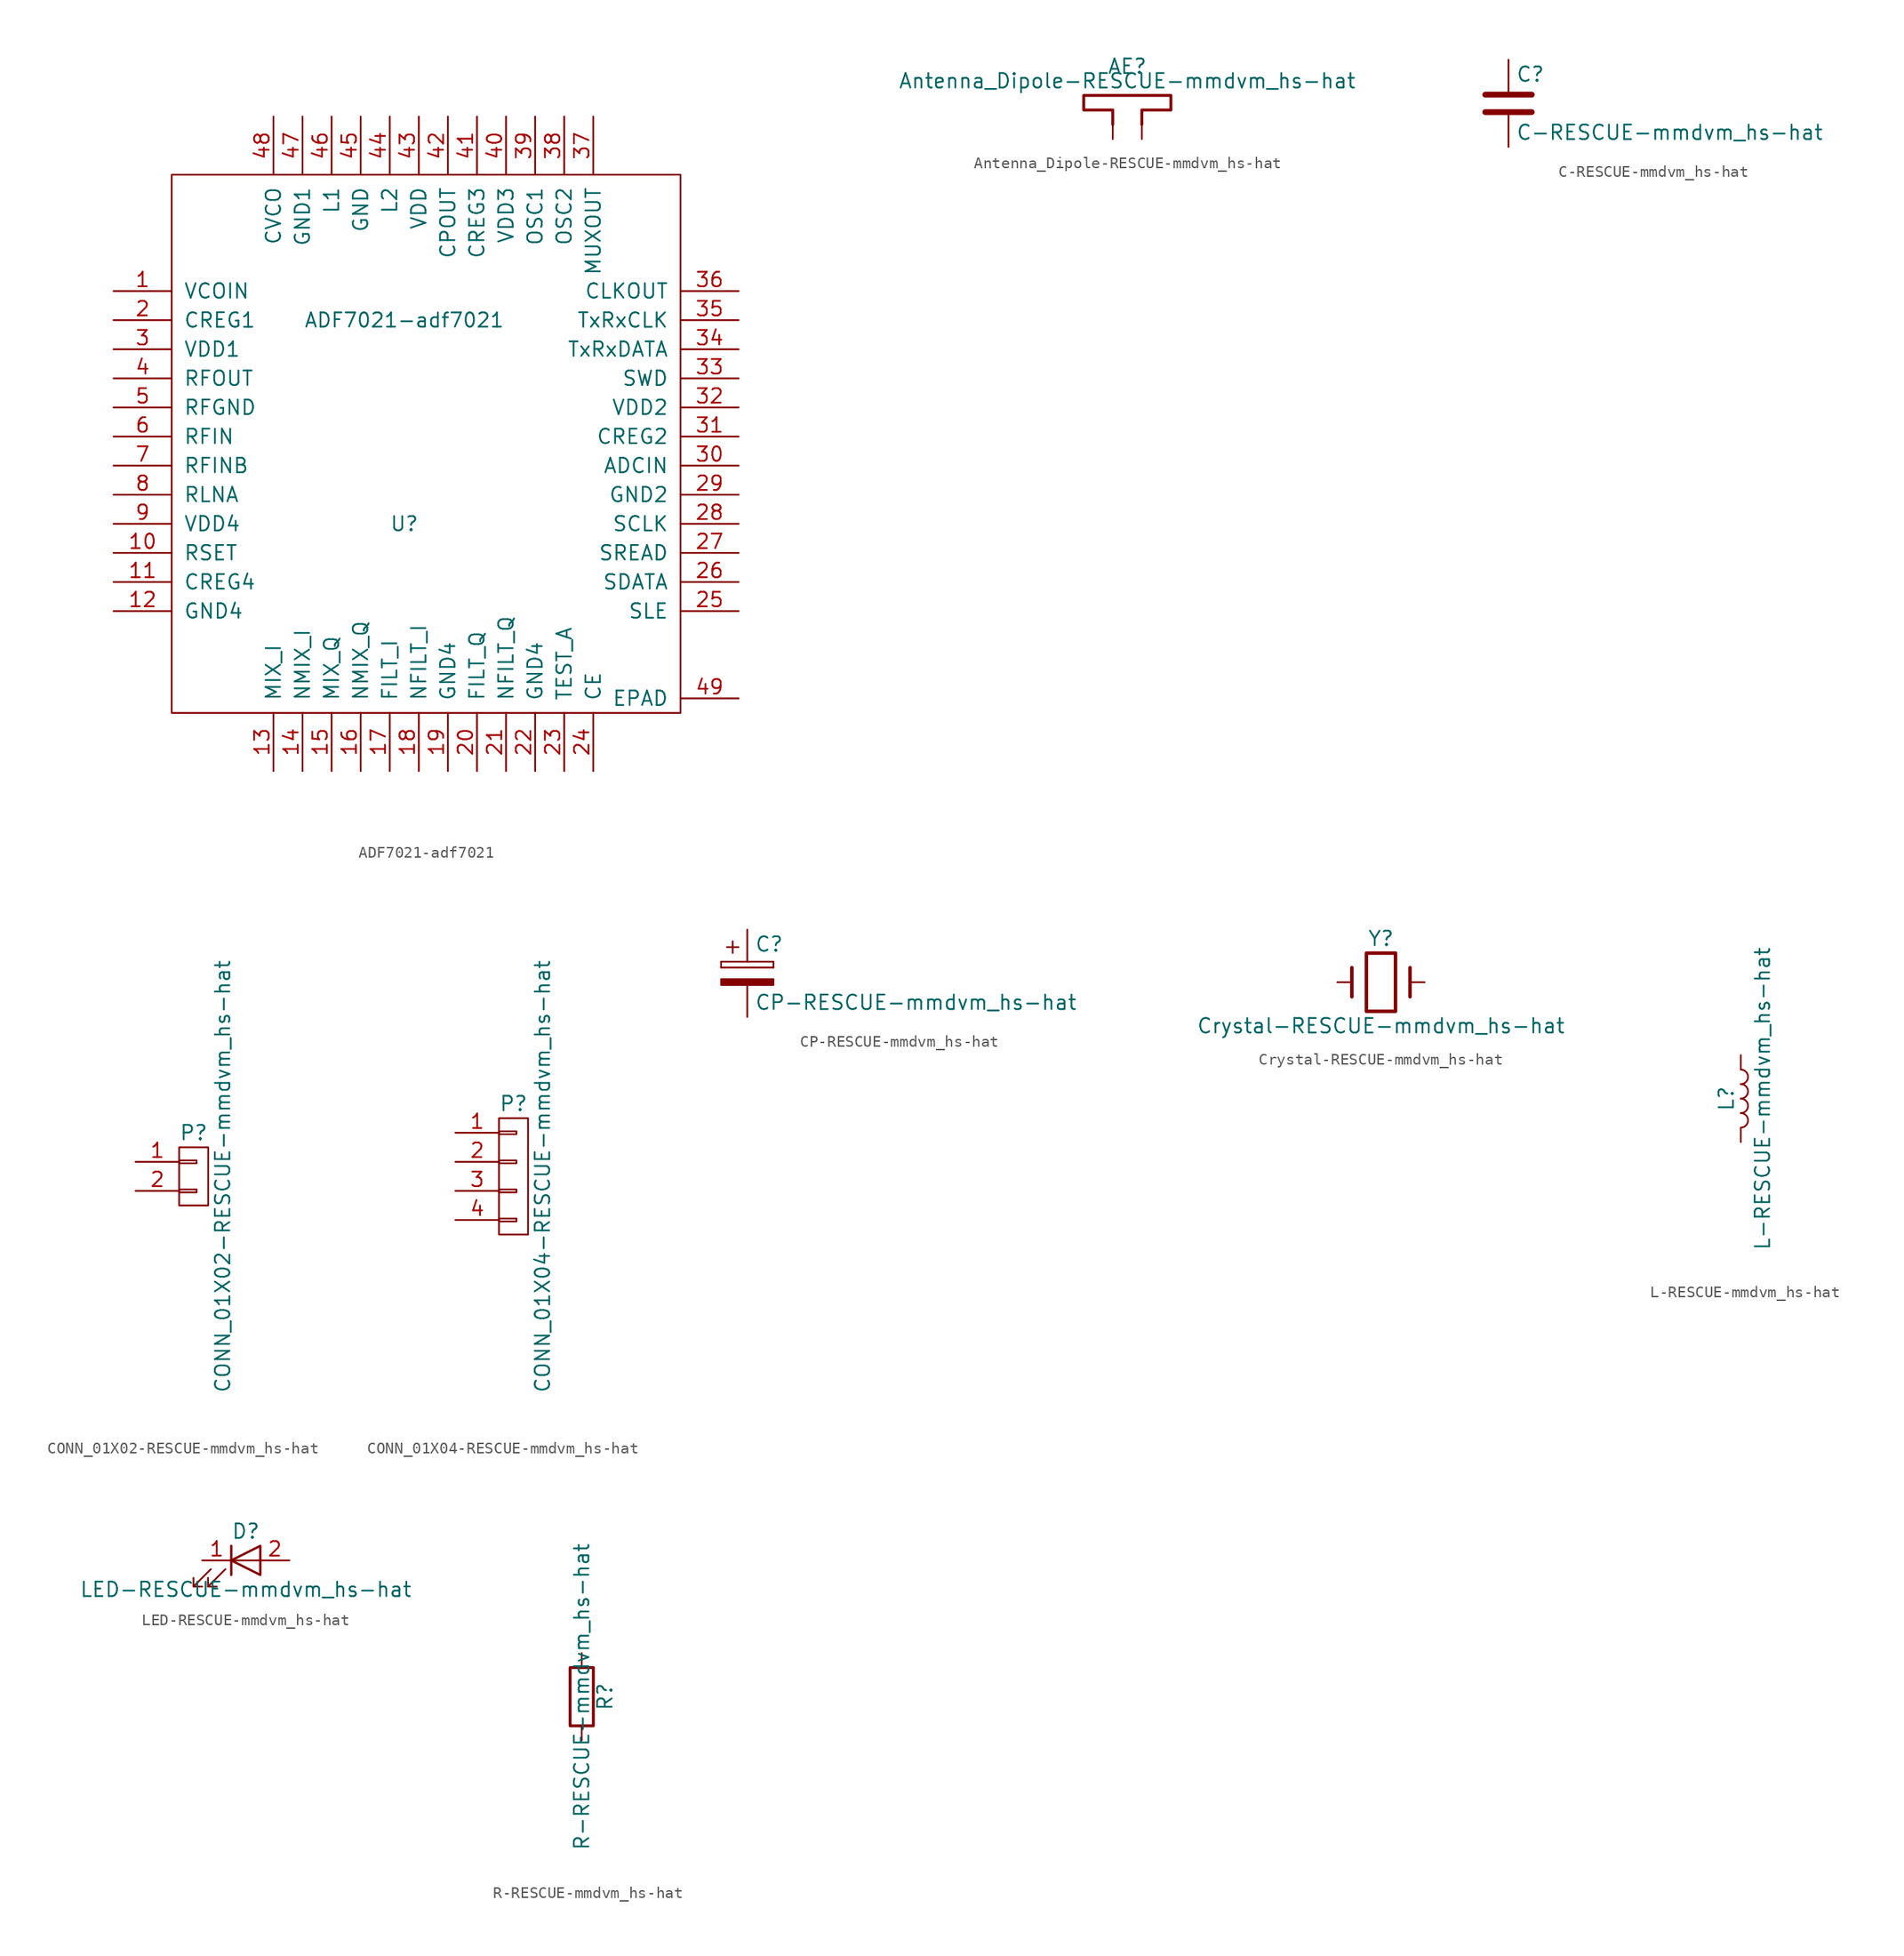
<source format=kicad_sym>
(kicad_symbol_lib
  (version 20220914)
  (generator kicad_symbol_editor)
  (symbol "ADF7021-adf7021"
    (pin_names
      (offset 1.016))
    (property "Reference" "U"
      (at 0 -6.35 0)
      (effects (font (size 1.245 1.245))))
    (property "Value" "ADF7021-adf7021"
      (at 0 11.43 0)
      (effects (font (size 1.245 1.245))))
    (symbol "ADF7021-adf7021_0_1"
      (rectangle (start -20.32 24.13) (end 24.13 -22.86) (stroke (width 0) (type solid)) (fill (type none))))
    (symbol "ADF7021-adf7021_1_1"
      (pin input line (at -25.4 13.97 0) (length 5.08) (name "VCOIN" (effects (font (size 1.27 1.27)))) (number "1" (effects (font (size 1.27 1.27)))))
      (pin input line (at -25.4 -8.89 0) (length 5.08) (name "RSET" (effects (font (size 1.27 1.27)))) (number "10" (effects (font (size 1.27 1.27)))))
      (pin input line (at -25.4 -11.43 0) (length 5.08) (name "CREG4" (effects (font (size 1.27 1.27)))) (number "11" (effects (font (size 1.27 1.27)))))
      (pin input line (at -25.4 -13.97 0) (length 5.08) (name "GND4" (effects (font (size 1.27 1.27)))) (number "12" (effects (font (size 1.27 1.27)))))
      (pin input line (at -11.43 -27.94 90) (length 5.08) (name "MIX_I" (effects (font (size 1.27 1.27)))) (number "13" (effects (font (size 1.27 1.27)))))
      (pin input line (at -8.89 -27.94 90) (length 5.08) (name "NMIX_I" (effects (font (size 1.27 1.27)))) (number "14" (effects (font (size 1.27 1.27)))))
      (pin input line (at -6.35 -27.94 90) (length 5.08) (name "MIX_Q" (effects (font (size 1.27 1.27)))) (number "15" (effects (font (size 1.27 1.27)))))
      (pin input line (at -3.81 -27.94 90) (length 5.08) (name "NMIX_Q" (effects (font (size 1.27 1.27)))) (number "16" (effects (font (size 1.27 1.27)))))
      (pin input line (at -1.27 -27.94 90) (length 5.08) (name "FILT_I" (effects (font (size 1.27 1.27)))) (number "17" (effects (font (size 1.27 1.27)))))
      (pin input line (at 1.27 -27.94 90) (length 5.08) (name "NFILT_I" (effects (font (size 1.27 1.27)))) (number "18" (effects (font (size 1.27 1.27)))))
      (pin input line (at 3.81 -27.94 90) (length 5.08) (name "GND4" (effects (font (size 1.27 1.27)))) (number "19" (effects (font (size 1.27 1.27)))))
      (pin input line (at -25.4 11.43 0) (length 5.08) (name "CREG1" (effects (font (size 1.27 1.27)))) (number "2" (effects (font (size 1.27 1.27)))))
      (pin input line (at 6.35 -27.94 90) (length 5.08) (name "FILT_Q" (effects (font (size 1.27 1.27)))) (number "20" (effects (font (size 1.27 1.27)))))
      (pin input line (at 8.89 -27.94 90) (length 5.08) (name "NFILT_Q" (effects (font (size 1.27 1.27)))) (number "21" (effects (font (size 1.27 1.27)))))
      (pin input line (at 11.43 -27.94 90) (length 5.08) (name "GND4" (effects (font (size 1.27 1.27)))) (number "22" (effects (font (size 1.27 1.27)))))
      (pin input line (at 13.97 -27.94 90) (length 5.08) (name "TEST_A" (effects (font (size 1.27 1.27)))) (number "23" (effects (font (size 1.27 1.27)))))
      (pin input line (at 16.51 -27.94 90) (length 5.08) (name "CE" (effects (font (size 1.27 1.27)))) (number "24" (effects (font (size 1.27 1.27)))))
      (pin input line (at 29.21 -13.97 180) (length 5.08) (name "SLE" (effects (font (size 1.27 1.27)))) (number "25" (effects (font (size 1.27 1.27)))))
      (pin input line (at 29.21 -11.43 180) (length 5.08) (name "SDATA" (effects (font (size 1.27 1.27)))) (number "26" (effects (font (size 1.27 1.27)))))
      (pin input line (at 29.21 -8.89 180) (length 5.08) (name "SREAD" (effects (font (size 1.27 1.27)))) (number "27" (effects (font (size 1.27 1.27)))))
      (pin input line (at 29.21 -6.35 180) (length 5.08) (name "SCLK" (effects (font (size 1.27 1.27)))) (number "28" (effects (font (size 1.27 1.27)))))
      (pin input line (at 29.21 -3.81 180) (length 5.08) (name "GND2" (effects (font (size 1.27 1.27)))) (number "29" (effects (font (size 1.27 1.27)))))
      (pin input line (at -25.4 8.89 0) (length 5.08) (name "VDD1" (effects (font (size 1.27 1.27)))) (number "3" (effects (font (size 1.27 1.27)))))
      (pin input line (at 29.21 -1.27 180) (length 5.08) (name "ADCIN" (effects (font (size 1.27 1.27)))) (number "30" (effects (font (size 1.27 1.27)))))
      (pin input line (at 29.21 1.27 180) (length 5.08) (name "CREG2" (effects (font (size 1.27 1.27)))) (number "31" (effects (font (size 1.27 1.27)))))
      (pin input line (at 29.21 3.81 180) (length 5.08) (name "VDD2" (effects (font (size 1.27 1.27)))) (number "32" (effects (font (size 1.27 1.27)))))
      (pin input line (at 29.21 6.35 180) (length 5.08) (name "SWD" (effects (font (size 1.27 1.27)))) (number "33" (effects (font (size 1.27 1.27)))))
      (pin input line (at 29.21 8.89 180) (length 5.08) (name "TxRxDATA" (effects (font (size 1.27 1.27)))) (number "34" (effects (font (size 1.27 1.27)))))
      (pin input line (at 29.21 11.43 180) (length 5.08) (name "TxRxCLK" (effects (font (size 1.27 1.27)))) (number "35" (effects (font (size 1.27 1.27)))))
      (pin input line (at 29.21 13.97 180) (length 5.08) (name "CLKOUT" (effects (font (size 1.27 1.27)))) (number "36" (effects (font (size 1.27 1.27)))))
      (pin input line (at 16.51 29.21 270) (length 5.08) (name "MUXOUT" (effects (font (size 1.27 1.27)))) (number "37" (effects (font (size 1.27 1.27)))))
      (pin input line (at 13.97 29.21 270) (length 5.08) (name "OSC2" (effects (font (size 1.27 1.27)))) (number "38" (effects (font (size 1.27 1.27)))))
      (pin input line (at 11.43 29.21 270) (length 5.08) (name "OSC1" (effects (font (size 1.27 1.27)))) (number "39" (effects (font (size 1.27 1.27)))))
      (pin input line (at -25.4 6.35 0) (length 5.08) (name "RFOUT" (effects (font (size 1.27 1.27)))) (number "4" (effects (font (size 1.27 1.27)))))
      (pin input line (at 8.89 29.21 270) (length 5.08) (name "VDD3" (effects (font (size 1.27 1.27)))) (number "40" (effects (font (size 1.27 1.27)))))
      (pin input line (at 6.35 29.21 270) (length 5.08) (name "CREG3" (effects (font (size 1.27 1.27)))) (number "41" (effects (font (size 1.27 1.27)))))
      (pin input line (at 3.81 29.21 270) (length 5.08) (name "CPOUT" (effects (font (size 1.27 1.27)))) (number "42" (effects (font (size 1.27 1.27)))))
      (pin input line (at 1.27 29.21 270) (length 5.08) (name "VDD" (effects (font (size 1.27 1.27)))) (number "43" (effects (font (size 1.27 1.27)))))
      (pin input line (at -1.27 29.21 270) (length 5.08) (name "L2" (effects (font (size 1.27 1.27)))) (number "44" (effects (font (size 1.27 1.27)))))
      (pin input line (at -3.81 29.21 270) (length 5.08) (name "GND" (effects (font (size 1.27 1.27)))) (number "45" (effects (font (size 1.27 1.27)))))
      (pin input line (at -6.35 29.21 270) (length 5.08) (name "L1" (effects (font (size 1.27 1.27)))) (number "46" (effects (font (size 1.27 1.27)))))
      (pin input line (at -8.89 29.21 270) (length 5.08) (name "GND1" (effects (font (size 1.27 1.27)))) (number "47" (effects (font (size 1.27 1.27)))))
      (pin input line (at -11.43 29.21 270) (length 5.08) (name "CVCO" (effects (font (size 1.27 1.27)))) (number "48" (effects (font (size 1.27 1.27)))))
      (pin input line (at 29.21 -21.59 180) (length 5.08) (name "EPAD" (effects (font (size 1.27 1.27)))) (number "49" (effects (font (size 1.27 1.27)))))
      (pin input line (at -25.4 3.81 0) (length 5.08) (name "RFGND" (effects (font (size 1.27 1.27)))) (number "5" (effects (font (size 1.27 1.27)))))
      (pin input line (at -25.4 1.27 0) (length 5.08) (name "RFIN" (effects (font (size 1.27 1.27)))) (number "6" (effects (font (size 1.27 1.27)))))
      (pin input line (at -25.4 -1.27 0) (length 5.08) (name "RFINB" (effects (font (size 1.27 1.27)))) (number "7" (effects (font (size 1.27 1.27)))))
      (pin input line (at -25.4 -3.81 0) (length 5.08) (name "RLNA" (effects (font (size 1.27 1.27)))) (number "8" (effects (font (size 1.27 1.27)))))
      (pin input line (at -25.4 -6.35 0) (length 5.08) (name "VDD4" (effects (font (size 1.27 1.27)))) (number "9" (effects (font (size 1.27 1.27)))))))
  (symbol "Antenna_Dipole-RESCUE-mmdvm_hs-hat"
    (pin_numbers hide)
    (pin_names
      (offset 1.016) hide)
    (property "Reference" "AE"
      (at 1.27 1.27 0)
      (effects (font (size 1.27 1.27))))
    (property "Value" "Antenna_Dipole-RESCUE-mmdvm_hs-hat"
      (at 1.27 0 0)
      (effects (font (size 1.27 1.27))))
    (symbol "Antenna_Dipole-RESCUE-mmdvm_hs-hat_0_1"
      (polyline (pts (xy 2.54 -3.81) (xy 2.54 -2.54) (xy 5.08 -2.54) (xy 5.08 -1.27) (xy -2.54 -1.27) (xy -2.54 -2.54) (xy 0 -2.54) (xy 0 -3.81)) (stroke (width 0.254) (type solid)) (fill (type none))))
    (symbol "Antenna_Dipole-RESCUE-mmdvm_hs-hat_1_1"
      (pin input line (at 0 -5.08 90) (length 2.54) (name "~" (effects (font (size 1.27 1.27)))) (number "1" (effects (font (size 1.27 1.27)))))
      (pin input line (at 2.54 -5.08 90) (length 2.54) (name "~" (effects (font (size 1.27 1.27)))) (number "2" (effects (font (size 1.27 1.27)))))))
  (symbol "C-RESCUE-mmdvm_hs-hat"
    (pin_numbers hide)
    (pin_names
      (offset 0.254))
    (property "Reference" "C"
      (at 0.635 2.54 0)
      (effects (font (size 1.27 1.27)) (justify left)))
    (property "Value" "C-RESCUE-mmdvm_hs-hat"
      (at 0.635 -2.54 0)
      (effects (font (size 1.27 1.27)) (justify left)))
    (property "Footprint" ""
      (at 0.965 -3.81 0)
      (effects (font (size 1.27 1.27))))
    (property "Datasheet" ""
      (at 0 0 0)
      (effects (font (size 1.27 1.27))))
    (symbol "C-RESCUE-mmdvm_hs-hat_0_1"
      (polyline (pts (xy -2.032 -0.762) (xy 2.032 -0.762)) (stroke (width 0.508) (type solid)) (fill (type none)))
      (polyline (pts (xy -2.032 0.762) (xy 2.032 0.762)) (stroke (width 0.508) (type solid)) (fill (type none))))
    (symbol "C-RESCUE-mmdvm_hs-hat_1_1"
      (pin passive line (at 0 3.81 270) (length 2.794) (name "~" (effects (font (size 1.016 1.016)))) (number "1" (effects (font (size 1.016 1.016)))))
      (pin passive line (at 0 -3.81 90) (length 2.794) (name "~" (effects (font (size 1.016 1.016)))) (number "2" (effects (font (size 1.016 1.016)))))))
  (symbol "CONN_01X02-RESCUE-mmdvm_hs-hat"
    (pin_names
      (offset 1.016) hide)
    (property "Reference" "P"
      (at 0 3.81 0)
      (effects (font (size 1.27 1.27))))
    (property "Value" "CONN_01X02-RESCUE-mmdvm_hs-hat"
      (at 2.54 0 90)
      (effects (font (size 1.27 1.27))))
    (property "Footprint" ""
      (at 0 0 0)
      (effects (font (size 1.27 1.27))))
    (property "Datasheet" ""
      (at 0 0 0)
      (effects (font (size 1.27 1.27))))
    (symbol "CONN_01X02-RESCUE-mmdvm_hs-hat_0_1"
      (rectangle (start -1.27 -1.143) (end 0.254 -1.397) (stroke (width 0) (type solid)) (fill (type none)))
      (rectangle (start -1.27 1.397) (end 0.254 1.143) (stroke (width 0) (type solid)) (fill (type none)))
      (rectangle (start -1.27 2.54) (end 1.27 -2.54) (stroke (width 0) (type solid)) (fill (type none))))
    (symbol "CONN_01X02-RESCUE-mmdvm_hs-hat_1_1"
      (pin passive line (at -5.08 1.27 0) (length 3.81) (name "P1" (effects (font (size 1.27 1.27)))) (number "1" (effects (font (size 1.27 1.27)))))
      (pin passive line (at -5.08 -1.27 0) (length 3.81) (name "P2" (effects (font (size 1.27 1.27)))) (number "2" (effects (font (size 1.27 1.27)))))))
  (symbol "CONN_01X04-RESCUE-mmdvm_hs-hat"
    (pin_names
      (offset 1.016) hide)
    (property "Reference" "P"
      (at 0 6.35 0)
      (effects (font (size 1.27 1.27))))
    (property "Value" "CONN_01X04-RESCUE-mmdvm_hs-hat"
      (at 2.54 0 90)
      (effects (font (size 1.27 1.27))))
    (property "Footprint" ""
      (at 0 0 0)
      (effects (font (size 1.27 1.27))))
    (property "Datasheet" ""
      (at 0 0 0)
      (effects (font (size 1.27 1.27))))
    (symbol "CONN_01X04-RESCUE-mmdvm_hs-hat_0_1"
      (rectangle (start -1.27 -3.683) (end 0.254 -3.937) (stroke (width 0) (type solid)) (fill (type none)))
      (rectangle (start -1.27 -1.143) (end 0.254 -1.397) (stroke (width 0) (type solid)) (fill (type none)))
      (rectangle (start -1.27 1.397) (end 0.254 1.143) (stroke (width 0) (type solid)) (fill (type none)))
      (rectangle (start -1.27 3.937) (end 0.254 3.683) (stroke (width 0) (type solid)) (fill (type none)))
      (rectangle (start -1.27 5.08) (end 1.27 -5.08) (stroke (width 0) (type solid)) (fill (type none))))
    (symbol "CONN_01X04-RESCUE-mmdvm_hs-hat_1_1"
      (pin passive line (at -5.08 3.81 0) (length 3.81) (name "P1" (effects (font (size 1.27 1.27)))) (number "1" (effects (font (size 1.27 1.27)))))
      (pin passive line (at -5.08 1.27 0) (length 3.81) (name "P2" (effects (font (size 1.27 1.27)))) (number "2" (effects (font (size 1.27 1.27)))))
      (pin passive line (at -5.08 -1.27 0) (length 3.81) (name "P3" (effects (font (size 1.27 1.27)))) (number "3" (effects (font (size 1.27 1.27)))))
      (pin passive line (at -5.08 -3.81 0) (length 3.81) (name "P4" (effects (font (size 1.27 1.27)))) (number "4" (effects (font (size 1.27 1.27)))))))
  (symbol "CP-RESCUE-mmdvm_hs-hat"
    (pin_numbers hide)
    (pin_names
      (offset 0.254))
    (property "Reference" "C"
      (at 0.635 2.54 0)
      (effects (font (size 1.27 1.27)) (justify left)))
    (property "Value" "CP-RESCUE-mmdvm_hs-hat"
      (at 0.635 -2.54 0)
      (effects (font (size 1.27 1.27)) (justify left)))
    (property "Footprint" ""
      (at 0.965 -3.81 0)
      (effects (font (size 1.27 1.27))))
    (property "Datasheet" ""
      (at 0 0 0)
      (effects (font (size 1.27 1.27))))
    (symbol "CP-RESCUE-mmdvm_hs-hat_0_1"
      (rectangle (start -2.286 0.508) (end -2.286 1.016) (stroke (width 0) (type solid)) (fill (type none)))
      (rectangle (start -2.286 0.508) (end 2.286 0.508) (stroke (width 0) (type solid)) (fill (type none)))
      (polyline (pts (xy -1.778 2.286) (xy -0.762 2.286)) (stroke (width 0) (type solid)) (fill (type none)))
      (polyline (pts (xy -1.27 2.794) (xy -1.27 1.778)) (stroke (width 0) (type solid)) (fill (type none)))
      (rectangle (start 2.286 -0.508) (end -2.286 -1.016) (stroke (width 0) (type solid)) (fill (type outline)))
      (rectangle (start 2.286 1.016) (end -2.286 1.016) (stroke (width 0) (type solid)) (fill (type none)))
      (rectangle (start 2.286 1.016) (end 2.286 0.508) (stroke (width 0) (type solid)) (fill (type none))))
    (symbol "CP-RESCUE-mmdvm_hs-hat_1_1"
      (pin passive line (at 0 3.81 270) (length 2.794) (name "~" (effects (font (size 1.016 1.016)))) (number "1" (effects (font (size 1.016 1.016)))))
      (pin passive line (at 0 -3.81 90) (length 2.794) (name "~" (effects (font (size 1.016 1.016)))) (number "2" (effects (font (size 1.016 1.016)))))))
  (symbol "Crystal-RESCUE-mmdvm_hs-hat"
    (pin_numbers hide)
    (pin_names
      (offset 1.016) hide)
    (property "Reference" "Y"
      (at 0 3.81 0)
      (effects (font (size 1.27 1.27))))
    (property "Value" "Crystal-RESCUE-mmdvm_hs-hat"
      (at 0 -3.81 0)
      (effects (font (size 1.27 1.27))))
    (property "Footprint" ""
      (at 0 0 0)
      (effects (font (size 1.27 1.27))))
    (property "Datasheet" ""
      (at 0 0 0)
      (effects (font (size 1.27 1.27))))
    (symbol "Crystal-RESCUE-mmdvm_hs-hat_0_1"
      (rectangle (start -1.27 2.54) (end 1.27 -2.54) (stroke (width 0.305) (type solid)) (fill (type none)))
      (polyline (pts (xy -2.54 -1.27) (xy -2.54 1.27)) (stroke (width 0.305) (type solid)) (fill (type none)))
      (polyline (pts (xy 2.54 -1.27) (xy 2.54 1.27)) (stroke (width 0.305) (type solid)) (fill (type none))))
    (symbol "Crystal-RESCUE-mmdvm_hs-hat_1_1"
      (pin passive line (at -3.81 0 0) (length 1.27) (name "1" (effects (font (size 1.016 1.016)))) (number "1" (effects (font (size 1.016 1.016)))))
      (pin passive line (at 3.81 0 180) (length 1.27) (name "2" (effects (font (size 1.016 1.016)))) (number "2" (effects (font (size 1.016 1.016)))))))
  (symbol "L-RESCUE-mmdvm_hs-hat"
    (pin_numbers hide)
    (pin_names
      (offset 1.016) hide)
    (property "Reference" "L"
      (at -1.27 0 90)
      (effects (font (size 1.27 1.27))))
    (property "Value" "L-RESCUE-mmdvm_hs-hat"
      (at 1.905 0 90)
      (effects (font (size 1.27 1.27))))
    (symbol "L-RESCUE-mmdvm_hs-hat_0_1"
      (arc (start 0 -2.54) (mid 0.6323 -1.905) (end 0 -1.27) (stroke (width 0) (type solid)) (fill (type none)))
      (arc (start 0 -1.27) (mid 0.6323 -0.635) (end 0 0) (stroke (width 0) (type solid)) (fill (type none)))
      (arc (start 0 0) (mid 0.6323 0.635) (end 0 1.27) (stroke (width 0) (type solid)) (fill (type none)))
      (arc (start 0 1.27) (mid 0.6323 1.905) (end 0 2.54) (stroke (width 0) (type solid)) (fill (type none))))
    (symbol "L-RESCUE-mmdvm_hs-hat_1_1"
      (pin passive line (at 0 3.81 270) (length 1.27) (name "1" (effects (font (size 1.27 1.27)))) (number "1" (effects (font (size 1.27 1.27)))))
      (pin passive line (at 0 -3.81 90) (length 1.27) (name "2" (effects (font (size 1.27 1.27)))) (number "2" (effects (font (size 1.27 1.27)))))))
  (symbol "LED-RESCUE-mmdvm_hs-hat"
    (pin_names
      (offset 1.016) hide)
    (property "Reference" "D"
      (at 0 2.54 0)
      (effects (font (size 1.27 1.27))))
    (property "Value" "LED-RESCUE-mmdvm_hs-hat"
      (at 0 -2.54 0)
      (effects (font (size 1.27 1.27))))
    (symbol "LED-RESCUE-mmdvm_hs-hat_0_1"
      (polyline (pts (xy -1.27 -1.27) (xy -1.27 1.27)) (stroke (width 0.203) (type solid)) (fill (type none)))
      (polyline (pts (xy -1.27 0) (xy 1.27 0)) (stroke (width 0) (type solid)) (fill (type none)))
      (polyline (pts (xy 1.27 -1.27) (xy 1.27 1.27) (xy -1.27 0) (xy 1.27 -1.27)) (stroke (width 0.203) (type solid)) (fill (type none)))
      (polyline (pts (xy -3.048 -0.762) (xy -4.572 -2.286) (xy -3.81 -2.286) (xy -4.572 -2.286) (xy -4.572 -1.524)) (stroke (width 0) (type solid)) (fill (type none)))
      (polyline (pts (xy -1.778 -0.762) (xy -3.302 -2.286) (xy -2.54 -2.286) (xy -3.302 -2.286) (xy -3.302 -1.524)) (stroke (width 0) (type solid)) (fill (type none))))
    (symbol "LED-RESCUE-mmdvm_hs-hat_1_1"
      (pin passive line (at -3.81 0 0) (length 2.54) (name "K" (effects (font (size 1.27 1.27)))) (number "1" (effects (font (size 1.27 1.27)))))
      (pin passive line (at 3.81 0 180) (length 2.54) (name "A" (effects (font (size 1.27 1.27)))) (number "2" (effects (font (size 1.27 1.27)))))))
  (symbol "R-RESCUE-mmdvm_hs-hat"
    (pin_numbers hide)
    (pin_names
      (offset 0))
    (property "Reference" "R"
      (at 2.032 0 90)
      (effects (font (size 1.27 1.27))))
    (property "Value" "R-RESCUE-mmdvm_hs-hat"
      (at 0 0 90)
      (effects (font (size 1.27 1.27))))
    (property "Footprint" ""
      (at -1.778 0 90)
      (effects (font (size 1.27 1.27))))
    (property "Datasheet" ""
      (at 0 0 0)
      (effects (font (size 1.27 1.27))))
    (symbol "R-RESCUE-mmdvm_hs-hat_0_1"
      (rectangle (start -1.016 -2.54) (end 1.016 2.54) (stroke (width 0.254) (type solid)) (fill (type none))))
    (symbol "R-RESCUE-mmdvm_hs-hat_1_1"
      (pin passive line (at 0 3.81 270) (length 1.27) (name "~" (effects (font (size 1.27 1.27)))) (number "1" (effects (font (size 1.27 1.27)))))
      (pin passive line (at 0 -3.81 90) (length 1.27) (name "~" (effects (font (size 1.27 1.27)))) (number "2" (effects (font (size 1.27 1.27))))))))
</source>
